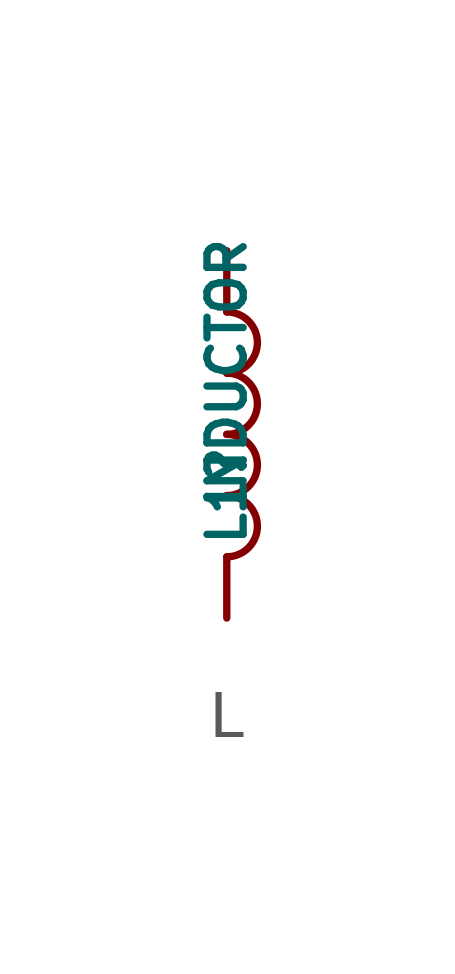
<source format=kicad_sym>
(kicad_symbol_lib
  (version 20211014)
  (generator kicad_symbol_editor)
  (symbol "L"
    (pin_numbers hide)
    (pin_names
      (offset 1.016) hide)
    (property "Reference" "L1"
      (at 0 -1.27 90)
      (effects (font (size 0.75 0.75))))
    (property "Value" "INDUCTOR"
      (at 0 1.27 90)
      (effects (font (size 0.75 0.75))))
    (symbol "L_0_1"
      (arc (start 0 -2.54) (mid 0.635 -1.905) (end 0 -1.27) (stroke (width 0) (type default) (color 0 0 0 0)) (fill (type none)))
      (arc (start 0 -1.27) (mid 0.635 -0.635) (end 0 0) (stroke (width 0) (type default) (color 0 0 0 0)) (fill (type none)))
      (arc (start 0 0) (mid 0.635 0.635) (end 0 1.27) (stroke (width 0) (type default) (color 0 0 0 0)) (fill (type none)))
      (arc (start 0 1.27) (mid 0.635 1.905) (end 0 2.54) (stroke (width 0) (type default) (color 0 0 0 0)) (fill (type none))))
    (symbol "L_1_1"
      (pin passive line (at 0 3.81 270) (length 1.27) (name "1" (effects (font (size 1.27 1.27)))) (number "1" (effects (font (size 1.27 1.27)))))
      (pin passive line (at 0 -3.81 90) (length 1.27) (name "2" (effects (font (size 1.27 1.27)))) (number "2" (effects (font (size 1.27 1.27))))))))
</source>
